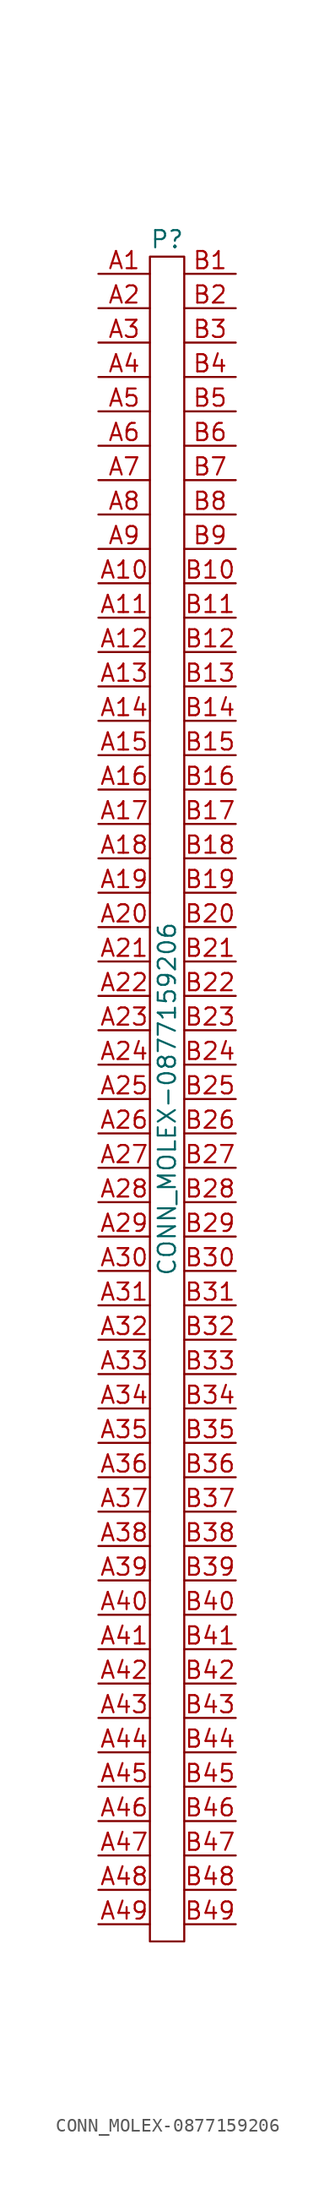
<source format=kicad_sym>
(kicad_symbol_lib
  (version 20201005)
  (generator kicad_symbol_editor)
  (symbol "CONN_MOLEX-0877159206"
    (pin_names
      (offset 0.025) hide)
    (property "Reference" "P"
      (at 0 63.5 0)
      (effects (font (size 1.27 1.27))))
    (property "Value" "CONN_MOLEX-0877159206"
      (at 0 0 90)
      (effects (font (size 1.27 1.27))))
    (symbol "CONN_MOLEX-0877159206_0_1"
      (rectangle (start -1.27 62.23) (end 1.27 -62.23) (stroke (width 0)) (fill (type none))))
    (symbol "CONN_MOLEX-0877159206_1_1"
      (pin passive line (at -5.08 60.96 0) (length 3.81) (name "~" (effects (font (size 1.27 1.27)))) (number "A1" (effects (font (size 1.27 1.27)))))
      (pin passive line (at -5.08 38.1 0) (length 3.81) (name "~" (effects (font (size 1.27 1.27)))) (number "A10" (effects (font (size 1.27 1.27)))))
      (pin passive line (at -5.08 35.56 0) (length 3.81) (name "~" (effects (font (size 1.27 1.27)))) (number "A11" (effects (font (size 1.27 1.27)))))
      (pin passive line (at -5.08 33.02 0) (length 3.81) (name "~" (effects (font (size 1.27 1.27)))) (number "A12" (effects (font (size 1.27 1.27)))))
      (pin passive line (at -5.08 30.48 0) (length 3.81) (name "~" (effects (font (size 1.27 1.27)))) (number "A13" (effects (font (size 1.27 1.27)))))
      (pin passive line (at -5.08 27.94 0) (length 3.81) (name "~" (effects (font (size 1.27 1.27)))) (number "A14" (effects (font (size 1.27 1.27)))))
      (pin passive line (at -5.08 25.4 0) (length 3.81) (name "~" (effects (font (size 1.27 1.27)))) (number "A15" (effects (font (size 1.27 1.27)))))
      (pin passive line (at -5.08 22.86 0) (length 3.81) (name "~" (effects (font (size 1.27 1.27)))) (number "A16" (effects (font (size 1.27 1.27)))))
      (pin passive line (at -5.08 20.32 0) (length 3.81) (name "~" (effects (font (size 1.27 1.27)))) (number "A17" (effects (font (size 1.27 1.27)))))
      (pin passive line (at -5.08 17.78 0) (length 3.81) (name "~" (effects (font (size 1.27 1.27)))) (number "A18" (effects (font (size 1.27 1.27)))))
      (pin passive line (at -5.08 15.24 0) (length 3.81) (name "~" (effects (font (size 1.27 1.27)))) (number "A19" (effects (font (size 1.27 1.27)))))
      (pin passive line (at -5.08 58.42 0) (length 3.81) (name "~" (effects (font (size 1.27 1.27)))) (number "A2" (effects (font (size 1.27 1.27)))))
      (pin passive line (at -5.08 12.7 0) (length 3.81) (name "~" (effects (font (size 1.27 1.27)))) (number "A20" (effects (font (size 1.27 1.27)))))
      (pin passive line (at -5.08 10.16 0) (length 3.81) (name "~" (effects (font (size 1.27 1.27)))) (number "A21" (effects (font (size 1.27 1.27)))))
      (pin passive line (at -5.08 7.62 0) (length 3.81) (name "~" (effects (font (size 1.27 1.27)))) (number "A22" (effects (font (size 1.27 1.27)))))
      (pin passive line (at -5.08 5.08 0) (length 3.81) (name "~" (effects (font (size 1.27 1.27)))) (number "A23" (effects (font (size 1.27 1.27)))))
      (pin passive line (at -5.08 2.54 0) (length 3.81) (name "~" (effects (font (size 1.27 1.27)))) (number "A24" (effects (font (size 1.27 1.27)))))
      (pin passive line (at -5.08 0 0) (length 3.81) (name "~" (effects (font (size 1.27 1.27)))) (number "A25" (effects (font (size 1.27 1.27)))))
      (pin passive line (at -5.08 -2.54 0) (length 3.81) (name "~" (effects (font (size 1.27 1.27)))) (number "A26" (effects (font (size 1.27 1.27)))))
      (pin passive line (at -5.08 -5.08 0) (length 3.81) (name "~" (effects (font (size 1.27 1.27)))) (number "A27" (effects (font (size 1.27 1.27)))))
      (pin passive line (at -5.08 -7.62 0) (length 3.81) (name "~" (effects (font (size 1.27 1.27)))) (number "A28" (effects (font (size 1.27 1.27)))))
      (pin passive line (at -5.08 -10.16 0) (length 3.81) (name "~" (effects (font (size 1.27 1.27)))) (number "A29" (effects (font (size 1.27 1.27)))))
      (pin passive line (at -5.08 55.88 0) (length 3.81) (name "~" (effects (font (size 1.27 1.27)))) (number "A3" (effects (font (size 1.27 1.27)))))
      (pin passive line (at -5.08 -12.7 0) (length 3.81) (name "~" (effects (font (size 1.27 1.27)))) (number "A30" (effects (font (size 1.27 1.27)))))
      (pin passive line (at -5.08 -15.24 0) (length 3.81) (name "~" (effects (font (size 1.27 1.27)))) (number "A31" (effects (font (size 1.27 1.27)))))
      (pin passive line (at -5.08 -17.78 0) (length 3.81) (name "~" (effects (font (size 1.27 1.27)))) (number "A32" (effects (font (size 1.27 1.27)))))
      (pin passive line (at -5.08 -20.32 0) (length 3.81) (name "~" (effects (font (size 1.27 1.27)))) (number "A33" (effects (font (size 1.27 1.27)))))
      (pin passive line (at -5.08 -22.86 0) (length 3.81) (name "~" (effects (font (size 1.27 1.27)))) (number "A34" (effects (font (size 1.27 1.27)))))
      (pin passive line (at -5.08 -25.4 0) (length 3.81) (name "~" (effects (font (size 1.27 1.27)))) (number "A35" (effects (font (size 1.27 1.27)))))
      (pin passive line (at -5.08 -27.94 0) (length 3.81) (name "~" (effects (font (size 1.27 1.27)))) (number "A36" (effects (font (size 1.27 1.27)))))
      (pin passive line (at -5.08 -30.48 0) (length 3.81) (name "~" (effects (font (size 1.27 1.27)))) (number "A37" (effects (font (size 1.27 1.27)))))
      (pin passive line (at -5.08 -33.02 0) (length 3.81) (name "~" (effects (font (size 1.27 1.27)))) (number "A38" (effects (font (size 1.27 1.27)))))
      (pin passive line (at -5.08 -35.56 0) (length 3.81) (name "~" (effects (font (size 1.27 1.27)))) (number "A39" (effects (font (size 1.27 1.27)))))
      (pin passive line (at -5.08 53.34 0) (length 3.81) (name "~" (effects (font (size 1.27 1.27)))) (number "A4" (effects (font (size 1.27 1.27)))))
      (pin passive line (at -5.08 -38.1 0) (length 3.81) (name "~" (effects (font (size 1.27 1.27)))) (number "A40" (effects (font (size 1.27 1.27)))))
      (pin passive line (at -5.08 -40.64 0) (length 3.81) (name "~" (effects (font (size 1.27 1.27)))) (number "A41" (effects (font (size 1.27 1.27)))))
      (pin passive line (at -5.08 -43.18 0) (length 3.81) (name "~" (effects (font (size 1.27 1.27)))) (number "A42" (effects (font (size 1.27 1.27)))))
      (pin passive line (at -5.08 -45.72 0) (length 3.81) (name "~" (effects (font (size 1.27 1.27)))) (number "A43" (effects (font (size 1.27 1.27)))))
      (pin passive line (at -5.08 -48.26 0) (length 3.81) (name "~" (effects (font (size 1.27 1.27)))) (number "A44" (effects (font (size 1.27 1.27)))))
      (pin passive line (at -5.08 -50.8 0) (length 3.81) (name "~" (effects (font (size 1.27 1.27)))) (number "A45" (effects (font (size 1.27 1.27)))))
      (pin passive line (at -5.08 -53.34 0) (length 3.81) (name "~" (effects (font (size 1.27 1.27)))) (number "A46" (effects (font (size 1.27 1.27)))))
      (pin passive line (at -5.08 -55.88 0) (length 3.81) (name "~" (effects (font (size 1.27 1.27)))) (number "A47" (effects (font (size 1.27 1.27)))))
      (pin passive line (at -5.08 -58.42 0) (length 3.81) (name "~" (effects (font (size 1.27 1.27)))) (number "A48" (effects (font (size 1.27 1.27)))))
      (pin passive line (at -5.08 -60.96 0) (length 3.81) (name "~" (effects (font (size 1.27 1.27)))) (number "A49" (effects (font (size 1.27 1.27)))))
      (pin passive line (at -5.08 50.8 0) (length 3.81) (name "~" (effects (font (size 1.27 1.27)))) (number "A5" (effects (font (size 1.27 1.27)))))
      (pin passive line (at -5.08 48.26 0) (length 3.81) (name "~" (effects (font (size 1.27 1.27)))) (number "A6" (effects (font (size 1.27 1.27)))))
      (pin passive line (at -5.08 45.72 0) (length 3.81) (name "~" (effects (font (size 1.27 1.27)))) (number "A7" (effects (font (size 1.27 1.27)))))
      (pin passive line (at -5.08 43.18 0) (length 3.81) (name "~" (effects (font (size 1.27 1.27)))) (number "A8" (effects (font (size 1.27 1.27)))))
      (pin passive line (at -5.08 40.64 0) (length 3.81) (name "~" (effects (font (size 1.27 1.27)))) (number "A9" (effects (font (size 1.27 1.27)))))
      (pin passive line (at 5.08 60.96 180) (length 3.81) (name "~" (effects (font (size 1.27 1.27)))) (number "B1" (effects (font (size 1.27 1.27)))))
      (pin passive line (at 5.08 38.1 180) (length 3.81) (name "~" (effects (font (size 1.27 1.27)))) (number "B10" (effects (font (size 1.27 1.27)))))
      (pin passive line (at 5.08 35.56 180) (length 3.81) (name "~" (effects (font (size 1.27 1.27)))) (number "B11" (effects (font (size 1.27 1.27)))))
      (pin passive line (at 5.08 33.02 180) (length 3.81) (name "~" (effects (font (size 1.27 1.27)))) (number "B12" (effects (font (size 1.27 1.27)))))
      (pin passive line (at 5.08 30.48 180) (length 3.81) (name "~" (effects (font (size 1.27 1.27)))) (number "B13" (effects (font (size 1.27 1.27)))))
      (pin passive line (at 5.08 27.94 180) (length 3.81) (name "~" (effects (font (size 1.27 1.27)))) (number "B14" (effects (font (size 1.27 1.27)))))
      (pin passive line (at 5.08 25.4 180) (length 3.81) (name "~" (effects (font (size 1.27 1.27)))) (number "B15" (effects (font (size 1.27 1.27)))))
      (pin passive line (at 5.08 22.86 180) (length 3.81) (name "~" (effects (font (size 1.27 1.27)))) (number "B16" (effects (font (size 1.27 1.27)))))
      (pin passive line (at 5.08 20.32 180) (length 3.81) (name "~" (effects (font (size 1.27 1.27)))) (number "B17" (effects (font (size 1.27 1.27)))))
      (pin passive line (at 5.08 17.78 180) (length 3.81) (name "~" (effects (font (size 1.27 1.27)))) (number "B18" (effects (font (size 1.27 1.27)))))
      (pin passive line (at 5.08 15.24 180) (length 3.81) (name "~" (effects (font (size 1.27 1.27)))) (number "B19" (effects (font (size 1.27 1.27)))))
      (pin passive line (at 5.08 58.42 180) (length 3.81) (name "~" (effects (font (size 1.27 1.27)))) (number "B2" (effects (font (size 1.27 1.27)))))
      (pin passive line (at 5.08 12.7 180) (length 3.81) (name "~" (effects (font (size 1.27 1.27)))) (number "B20" (effects (font (size 1.27 1.27)))))
      (pin passive line (at 5.08 10.16 180) (length 3.81) (name "~" (effects (font (size 1.27 1.27)))) (number "B21" (effects (font (size 1.27 1.27)))))
      (pin passive line (at 5.08 7.62 180) (length 3.81) (name "~" (effects (font (size 1.27 1.27)))) (number "B22" (effects (font (size 1.27 1.27)))))
      (pin passive line (at 5.08 5.08 180) (length 3.81) (name "~" (effects (font (size 1.27 1.27)))) (number "B23" (effects (font (size 1.27 1.27)))))
      (pin passive line (at 5.08 2.54 180) (length 3.81) (name "~" (effects (font (size 1.27 1.27)))) (number "B24" (effects (font (size 1.27 1.27)))))
      (pin passive line (at 5.08 0 180) (length 3.81) (name "~" (effects (font (size 1.27 1.27)))) (number "B25" (effects (font (size 1.27 1.27)))))
      (pin passive line (at 5.08 -2.54 180) (length 3.81) (name "~" (effects (font (size 1.27 1.27)))) (number "B26" (effects (font (size 1.27 1.27)))))
      (pin passive line (at 5.08 -5.08 180) (length 3.81) (name "~" (effects (font (size 1.27 1.27)))) (number "B27" (effects (font (size 1.27 1.27)))))
      (pin passive line (at 5.08 -7.62 180) (length 3.81) (name "~" (effects (font (size 1.27 1.27)))) (number "B28" (effects (font (size 1.27 1.27)))))
      (pin passive line (at 5.08 -10.16 180) (length 3.81) (name "~" (effects (font (size 1.27 1.27)))) (number "B29" (effects (font (size 1.27 1.27)))))
      (pin passive line (at 5.08 55.88 180) (length 3.81) (name "~" (effects (font (size 1.27 1.27)))) (number "B3" (effects (font (size 1.27 1.27)))))
      (pin passive line (at 5.08 -12.7 180) (length 3.81) (name "~" (effects (font (size 1.27 1.27)))) (number "B30" (effects (font (size 1.27 1.27)))))
      (pin passive line (at 5.08 -15.24 180) (length 3.81) (name "~" (effects (font (size 1.27 1.27)))) (number "B31" (effects (font (size 1.27 1.27)))))
      (pin passive line (at 5.08 -17.78 180) (length 3.81) (name "~" (effects (font (size 1.27 1.27)))) (number "B32" (effects (font (size 1.27 1.27)))))
      (pin passive line (at 5.08 -20.32 180) (length 3.81) (name "~" (effects (font (size 1.27 1.27)))) (number "B33" (effects (font (size 1.27 1.27)))))
      (pin passive line (at 5.08 -22.86 180) (length 3.81) (name "~" (effects (font (size 1.27 1.27)))) (number "B34" (effects (font (size 1.27 1.27)))))
      (pin passive line (at 5.08 -25.4 180) (length 3.81) (name "~" (effects (font (size 1.27 1.27)))) (number "B35" (effects (font (size 1.27 1.27)))))
      (pin passive line (at 5.08 -27.94 180) (length 3.81) (name "~" (effects (font (size 1.27 1.27)))) (number "B36" (effects (font (size 1.27 1.27)))))
      (pin passive line (at 5.08 -30.48 180) (length 3.81) (name "~" (effects (font (size 1.27 1.27)))) (number "B37" (effects (font (size 1.27 1.27)))))
      (pin passive line (at 5.08 -33.02 180) (length 3.81) (name "~" (effects (font (size 1.27 1.27)))) (number "B38" (effects (font (size 1.27 1.27)))))
      (pin passive line (at 5.08 -35.56 180) (length 3.81) (name "~" (effects (font (size 1.27 1.27)))) (number "B39" (effects (font (size 1.27 1.27)))))
      (pin passive line (at 5.08 53.34 180) (length 3.81) (name "~" (effects (font (size 1.27 1.27)))) (number "B4" (effects (font (size 1.27 1.27)))))
      (pin passive line (at 5.08 -38.1 180) (length 3.81) (name "~" (effects (font (size 1.27 1.27)))) (number "B40" (effects (font (size 1.27 1.27)))))
      (pin passive line (at 5.08 -40.64 180) (length 3.81) (name "~" (effects (font (size 1.27 1.27)))) (number "B41" (effects (font (size 1.27 1.27)))))
      (pin passive line (at 5.08 -43.18 180) (length 3.81) (name "~" (effects (font (size 1.27 1.27)))) (number "B42" (effects (font (size 1.27 1.27)))))
      (pin passive line (at 5.08 -45.72 180) (length 3.81) (name "~" (effects (font (size 1.27 1.27)))) (number "B43" (effects (font (size 1.27 1.27)))))
      (pin passive line (at 5.08 -48.26 180) (length 3.81) (name "~" (effects (font (size 1.27 1.27)))) (number "B44" (effects (font (size 1.27 1.27)))))
      (pin passive line (at 5.08 -50.8 180) (length 3.81) (name "~" (effects (font (size 1.27 1.27)))) (number "B45" (effects (font (size 1.27 1.27)))))
      (pin passive line (at 5.08 -53.34 180) (length 3.81) (name "~" (effects (font (size 1.27 1.27)))) (number "B46" (effects (font (size 1.27 1.27)))))
      (pin passive line (at 5.08 -55.88 180) (length 3.81) (name "~" (effects (font (size 1.27 1.27)))) (number "B47" (effects (font (size 1.27 1.27)))))
      (pin passive line (at 5.08 -58.42 180) (length 3.81) (name "~" (effects (font (size 1.27 1.27)))) (number "B48" (effects (font (size 1.27 1.27)))))
      (pin passive line (at 5.08 -60.96 180) (length 3.81) (name "~" (effects (font (size 1.27 1.27)))) (number "B49" (effects (font (size 1.27 1.27)))))
      (pin passive line (at 5.08 50.8 180) (length 3.81) (name "~" (effects (font (size 1.27 1.27)))) (number "B5" (effects (font (size 1.27 1.27)))))
      (pin passive line (at 5.08 48.26 180) (length 3.81) (name "~" (effects (font (size 1.27 1.27)))) (number "B6" (effects (font (size 1.27 1.27)))))
      (pin passive line (at 5.08 45.72 180) (length 3.81) (name "~" (effects (font (size 1.27 1.27)))) (number "B7" (effects (font (size 1.27 1.27)))))
      (pin passive line (at 5.08 43.18 180) (length 3.81) (name "~" (effects (font (size 1.27 1.27)))) (number "B8" (effects (font (size 1.27 1.27)))))
      (pin passive line (at 5.08 40.64 180) (length 3.81) (name "~" (effects (font (size 1.27 1.27)))) (number "B9" (effects (font (size 1.27 1.27))))))))
</source>
